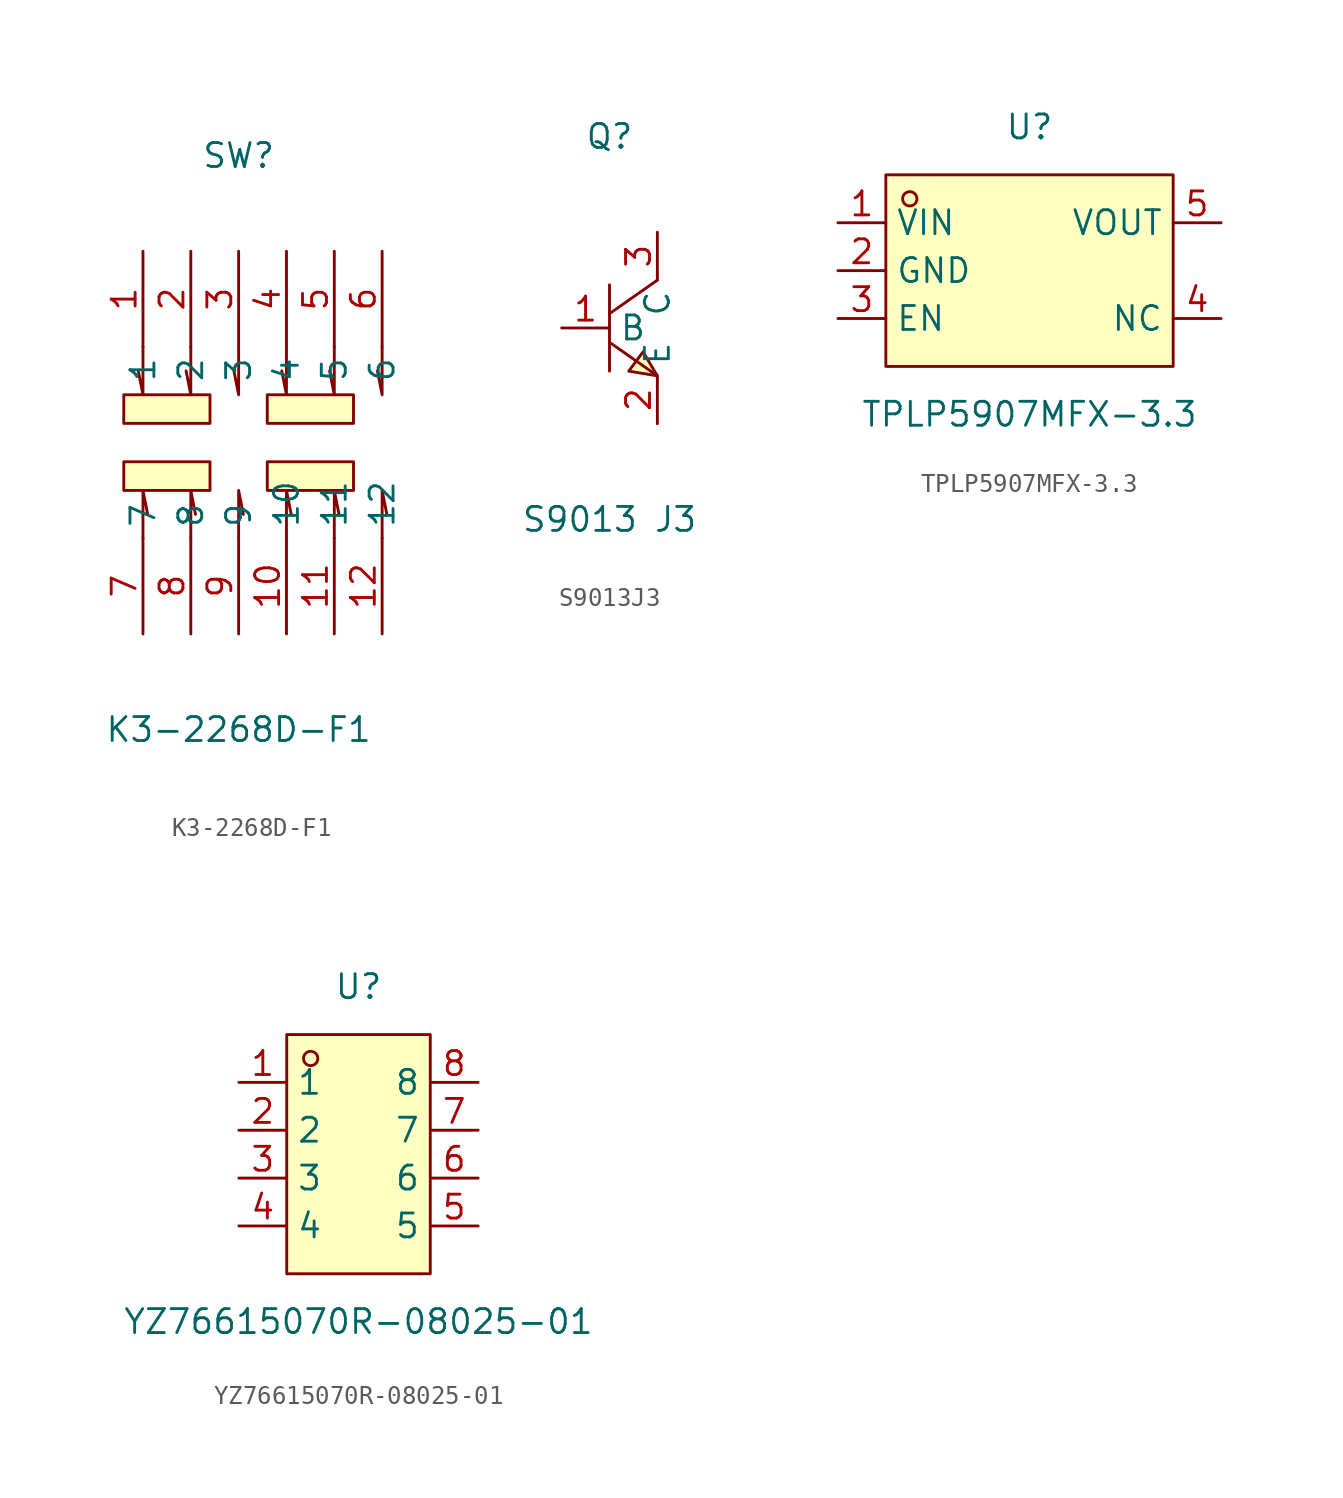
<source format=kicad_sym>
(kicad_symbol_lib
  (version 20211014)
  (generator https://github.com/uPesy/easyeda2kicad.py)
  (symbol "K3-2268D-F1"
    (property "Reference" "SW"
      (at 0 15.24 0)
      (effects (font (size 1.27 1.27))))
    (property "Value" "K3-2268D-F1"
      (at 0 -15.24 0)
      (effects (font (size 1.27 1.27))))
    (symbol "K3-2268D-F1_0_1"
      (rectangle (start -6.10 2.54) (end -1.52 1.02) (stroke (width 0) (type default) (color 0 0 0 0)) (fill (type background)))
      (rectangle (start 1.52 2.54) (end 6.10 1.02) (stroke (width 0) (type default) (color 0 0 0 0)) (fill (type background)))
      (rectangle (start -6.10 -1.02) (end -1.52 -2.54) (stroke (width 0) (type default) (color 0 0 0 0)) (fill (type background)))
      (rectangle (start 1.52 -1.02) (end 6.10 -2.54) (stroke (width 0) (type default) (color 0 0 0 0)) (fill (type background)))
      (polyline (pts (xy -5.08 5.08) (xy -5.08 2.54) (xy -5.33 3.81)) (stroke (width 0) (type default) (color 0 0 0 0)) (fill (type none)))
      (polyline (pts (xy -2.54 5.08) (xy -2.54 2.54) (xy -2.79 3.81)) (stroke (width 0) (type default) (color 0 0 0 0)) (fill (type none)))
      (polyline (pts (xy 0.00 5.08) (xy 0.00 2.54) (xy -0.25 3.81)) (stroke (width 0) (type default) (color 0 0 0 0)) (fill (type none)))
      (polyline (pts (xy 2.54 5.08) (xy 2.54 2.54) (xy 2.29 3.81)) (stroke (width 0) (type default) (color 0 0 0 0)) (fill (type none)))
      (polyline (pts (xy 5.08 5.08) (xy 5.08 2.54) (xy 4.83 3.81)) (stroke (width 0) (type default) (color 0 0 0 0)) (fill (type none)))
      (polyline (pts (xy 7.62 5.08) (xy 7.62 2.54) (xy 7.37 3.81)) (stroke (width 0) (type default) (color 0 0 0 0)) (fill (type none)))
      (polyline (pts (xy 7.62 -5.08) (xy 7.62 -2.54) (xy 7.87 -3.81)) (stroke (width 0) (type default) (color 0 0 0 0)) (fill (type none)))
      (polyline (pts (xy 5.08 -5.08) (xy 5.08 -2.54) (xy 5.33 -3.81)) (stroke (width 0) (type default) (color 0 0 0 0)) (fill (type none)))
      (polyline (pts (xy 2.54 -5.08) (xy 2.54 -2.54) (xy 2.79 -3.81)) (stroke (width 0) (type default) (color 0 0 0 0)) (fill (type none)))
      (polyline (pts (xy 0.00 -5.08) (xy 0.00 -2.54) (xy 0.25 -3.81)) (stroke (width 0) (type default) (color 0 0 0 0)) (fill (type none)))
      (polyline (pts (xy -2.54 -5.08) (xy -2.54 -2.54) (xy -2.29 -3.81)) (stroke (width 0) (type default) (color 0 0 0 0)) (fill (type none)))
      (polyline (pts (xy -5.08 -5.08) (xy -5.08 -2.54) (xy -4.83 -3.81)) (stroke (width 0) (type default) (color 0 0 0 0)) (fill (type none)))
      (pin unspecified line (at -5.08 10.16 270) (length 5.08) (name "1" (effects (font (size 1.27 1.27)))) (number "1" (effects (font (size 1.27 1.27)))))
      (pin unspecified line (at -2.54 10.16 270) (length 5.08) (name "2" (effects (font (size 1.27 1.27)))) (number "2" (effects (font (size 1.27 1.27)))))
      (pin unspecified line (at 0.00 10.16 270) (length 5.08) (name "3" (effects (font (size 1.27 1.27)))) (number "3" (effects (font (size 1.27 1.27)))))
      (pin unspecified line (at 2.54 10.16 270) (length 5.08) (name "4" (effects (font (size 1.27 1.27)))) (number "4" (effects (font (size 1.27 1.27)))))
      (pin unspecified line (at 5.08 10.16 270) (length 5.08) (name "5" (effects (font (size 1.27 1.27)))) (number "5" (effects (font (size 1.27 1.27)))))
      (pin unspecified line (at 7.62 10.16 270) (length 5.08) (name "6" (effects (font (size 1.27 1.27)))) (number "6" (effects (font (size 1.27 1.27)))))
      (pin unspecified line (at -5.08 -10.16 90) (length 5.08) (name "7" (effects (font (size 1.27 1.27)))) (number "7" (effects (font (size 1.27 1.27)))))
      (pin unspecified line (at -2.54 -10.16 90) (length 5.08) (name "8" (effects (font (size 1.27 1.27)))) (number "8" (effects (font (size 1.27 1.27)))))
      (pin unspecified line (at 0.00 -10.16 90) (length 5.08) (name "9" (effects (font (size 1.27 1.27)))) (number "9" (effects (font (size 1.27 1.27)))))
      (pin unspecified line (at 2.54 -10.16 90) (length 5.08) (name "10" (effects (font (size 1.27 1.27)))) (number "10" (effects (font (size 1.27 1.27)))))
      (pin unspecified line (at 5.08 -10.16 90) (length 5.08) (name "11" (effects (font (size 1.27 1.27)))) (number "11" (effects (font (size 1.27 1.27)))))
      (pin unspecified line (at 7.62 -10.16 90) (length 5.08) (name "12" (effects (font (size 1.27 1.27)))) (number "12" (effects (font (size 1.27 1.27)))))))
  (symbol "S9013J3"
    (property "Reference" "Q"
      (at 0 10.16 0)
      (effects (font (size 1.27 1.27))))
    (property "Value" "S9013 J3"
      (at 0 -10.16 0)
      (effects (font (size 1.27 1.27))))
    (symbol "S9013J3_0_1"
      (polyline (pts (xy 2.54 2.54) (xy 0.00 0.76)) (stroke (width 0) (type default) (color 0 0 0 0)) (fill (type none)))
      (polyline (pts (xy 0.00 -0.76) (xy 2.54 -2.54)) (stroke (width 0) (type default) (color 0 0 0 0)) (fill (type none)))
      (polyline (pts (xy 0.00 2.29) (xy 0.00 -2.29)) (stroke (width 0) (type default) (color 0 0 0 0)) (fill (type none)))
      (polyline (pts (xy 2.54 -2.54) (xy 1.78 -1.27) (xy 1.02 -2.29) (xy 2.54 -2.54)) (stroke (width 0) (type default) (color 0 0 0 0)) (fill (type background)))
      (pin unspecified line (at 2.54 5.08 270) (length 2.54) (name "C" (effects (font (size 1.27 1.27)))) (number "3" (effects (font (size 1.27 1.27)))))
      (pin unspecified line (at -2.54 -0.00 0) (length 2.54) (name "B" (effects (font (size 1.27 1.27)))) (number "1" (effects (font (size 1.27 1.27)))))
      (pin unspecified line (at 2.54 -5.08 90) (length 2.54) (name "E" (effects (font (size 1.27 1.27)))) (number "2" (effects (font (size 1.27 1.27)))))))
  (symbol "TPLP5907MFX-3.3"
    (property "Reference" "U"
      (at 0 7.62 0)
      (effects (font (size 1.27 1.27))))
    (property "Value" "TPLP5907MFX-3.3"
      (at 0 -7.62 0)
      (effects (font (size 1.27 1.27))))
    (symbol "TPLP5907MFX-3.3_0_1"
      (rectangle (start -7.62 5.08) (end 7.62 -5.08) (stroke (width 0) (type default) (color 0 0 0 0)) (fill (type background)))
      (circle (center -6.35 3.81) (radius 0.38) (stroke (width 0) (type default) (color 0 0 0 0)) (fill (type none)))
      (pin unspecified line (at -10.16 2.54 0) (length 2.54) (name "VIN" (effects (font (size 1.27 1.27)))) (number "1" (effects (font (size 1.27 1.27)))))
      (pin unspecified line (at -10.16 -0.00 0) (length 2.54) (name "GND" (effects (font (size 1.27 1.27)))) (number "2" (effects (font (size 1.27 1.27)))))
      (pin unspecified line (at -10.16 -2.54 0) (length 2.54) (name "EN" (effects (font (size 1.27 1.27)))) (number "3" (effects (font (size 1.27 1.27)))))
      (pin unspecified line (at 10.16 -2.54 180) (length 2.54) (name "NC" (effects (font (size 1.27 1.27)))) (number "4" (effects (font (size 1.27 1.27)))))
      (pin unspecified line (at 10.16 2.54 180) (length 2.54) (name "VOUT" (effects (font (size 1.27 1.27)))) (number "5" (effects (font (size 1.27 1.27)))))))
  (symbol "YZ76615070R-08025-01"
    (property "Reference" "U"
      (at 0 8.89 0)
      (effects (font (size 1.27 1.27))))
    (property "Value" "YZ76615070R-08025-01"
      (at 0 -8.89 0)
      (effects (font (size 1.27 1.27))))
    (symbol "YZ76615070R-08025-01_0_1"
      (rectangle (start -3.81 6.35) (end 3.81 -6.35) (stroke (width 0) (type default) (color 0 0 0 0)) (fill (type background)))
      (circle (center -2.54 5.08) (radius 0.38) (stroke (width 0) (type default) (color 0 0 0 0)) (fill (type none)))
      (pin unspecified line (at -6.35 3.81 0) (length 2.54) (name "1" (effects (font (size 1.27 1.27)))) (number "1" (effects (font (size 1.27 1.27)))))
      (pin unspecified line (at -6.35 1.27 0) (length 2.54) (name "2" (effects (font (size 1.27 1.27)))) (number "2" (effects (font (size 1.27 1.27)))))
      (pin unspecified line (at -6.35 -1.27 0) (length 2.54) (name "3" (effects (font (size 1.27 1.27)))) (number "3" (effects (font (size 1.27 1.27)))))
      (pin unspecified line (at -6.35 -3.81 0) (length 2.54) (name "4" (effects (font (size 1.27 1.27)))) (number "4" (effects (font (size 1.27 1.27)))))
      (pin unspecified line (at 6.35 -3.81 180) (length 2.54) (name "5" (effects (font (size 1.27 1.27)))) (number "5" (effects (font (size 1.27 1.27)))))
      (pin unspecified line (at 6.35 -1.27 180) (length 2.54) (name "6" (effects (font (size 1.27 1.27)))) (number "6" (effects (font (size 1.27 1.27)))))
      (pin unspecified line (at 6.35 1.27 180) (length 2.54) (name "7" (effects (font (size 1.27 1.27)))) (number "7" (effects (font (size 1.27 1.27)))))
      (pin unspecified line (at 6.35 3.81 180) (length 2.54) (name "8" (effects (font (size 1.27 1.27)))) (number "8" (effects (font (size 1.27 1.27))))))))
</source>
